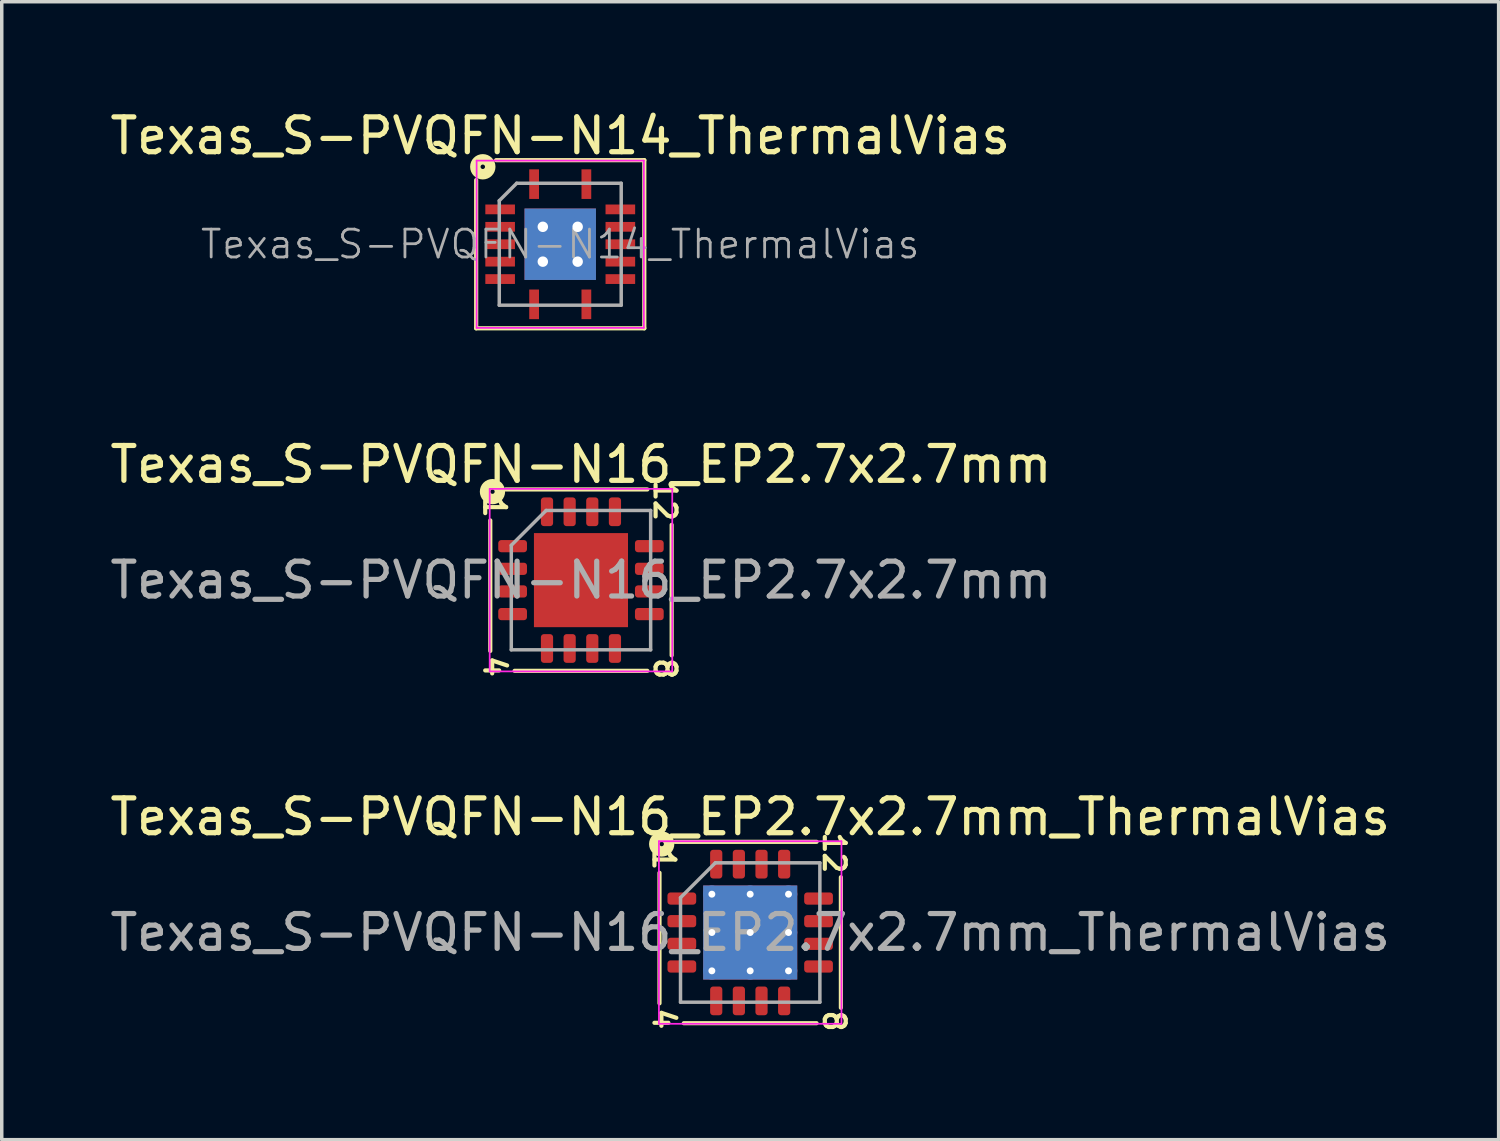
<source format=kicad_pcb>
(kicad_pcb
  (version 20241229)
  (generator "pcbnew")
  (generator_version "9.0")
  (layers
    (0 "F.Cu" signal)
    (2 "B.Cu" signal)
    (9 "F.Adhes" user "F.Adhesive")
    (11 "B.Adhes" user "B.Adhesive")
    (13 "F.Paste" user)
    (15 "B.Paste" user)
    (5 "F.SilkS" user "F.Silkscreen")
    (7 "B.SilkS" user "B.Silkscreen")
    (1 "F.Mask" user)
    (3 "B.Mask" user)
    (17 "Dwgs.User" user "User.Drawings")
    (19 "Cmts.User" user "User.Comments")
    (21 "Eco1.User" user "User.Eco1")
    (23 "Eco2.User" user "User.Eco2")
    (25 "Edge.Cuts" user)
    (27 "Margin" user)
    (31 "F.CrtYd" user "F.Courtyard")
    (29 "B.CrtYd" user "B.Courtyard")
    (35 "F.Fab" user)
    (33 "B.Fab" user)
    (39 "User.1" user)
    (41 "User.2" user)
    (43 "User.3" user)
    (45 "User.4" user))
  (footprint "Texas_S-PVQFN-N14_ThermalVias"
    (layer "F.Cu")
    (at 13.03 3.96)
    (property "Reference" "Texas_S-PVQFN-N14_ThermalVias" (at 0 -3.111 0) (layer "F.SilkS") (effects (font (size 1 1) (thickness 0.15))))
    (attr smd)
    (fp_line (start -2.413 -1.841) (end -2.413 2.413) (stroke (width 0.12) (type solid)) (layer "F.SilkS"))
    (fp_line (start -2.413 2.413) (end 2.413 2.413) (stroke (width 0.12) (type solid)) (layer "F.SilkS"))
    (fp_line (start 2.413 -2.413) (end -1.841 -2.413) (stroke (width 0.12) (type solid)) (layer "F.SilkS"))
    (fp_line (start 2.413 2.413) (end 2.413 -2.413) (stroke (width 0.12) (type solid)) (layer "F.SilkS"))
    (fp_circle (center -2.223 -2.223) (end -2.159 -2.223) (stroke (width 0.3) (type solid)) (fill no) (layer "F.SilkS"))
    (fp_line (start -2.4 -2.4) (end 2.4 -2.4) (stroke (width 0.05) (type solid)) (layer "F.CrtYd"))
    (fp_line (start -2.4 2.4) (end -2.4 -2.4) (stroke (width 0.05) (type solid)) (layer "F.CrtYd"))
    (fp_line (start 2.4 -2.4) (end 2.4 2.4) (stroke (width 0.05) (type solid)) (layer "F.CrtYd"))
    (fp_line (start 2.4 2.4) (end -2.4 2.4) (stroke (width 0.05) (type solid)) (layer "F.CrtYd"))
    (fp_line (start -1.75 1.75) (end -1.75 -1.25) (stroke (width 0.1) (type solid)) (layer "F.Fab"))
    (fp_line (start -1.25 -1.75) (end -1.75 -1.25) (stroke (width 0.1) (type solid)) (layer "F.Fab"))
    (fp_line (start -1.25 -1.75) (end 1.75 -1.75) (stroke (width 0.1) (type solid)) (layer "F.Fab"))
    (fp_line (start 1.75 -1.75) (end 1.75 1.75) (stroke (width 0.1) (type solid)) (layer "F.Fab"))
    (fp_line (start 1.75 1.75) (end -1.75 1.75) (stroke (width 0.1) (type solid)) (layer "F.Fab"))
    (fp_text user "${REFERENCE}" (at 0 0 0) (layer "F.Fab") (effects (font (size 0.8 0.8) (thickness 0.08))))
    (pad "" smd rect (at -0.56 -0.56 270) (size 0.82 0.82) (layers "F.Paste"))
    (pad "" smd rect (at -0.56 0.56 270) (size 0.82 0.82) (layers "F.Paste"))
    (pad "" smd rect (at 0.56 -0.56 270) (size 0.82 0.82) (layers "F.Paste"))
    (pad "" smd rect (at 0.56 0.56 270) (size 0.82 0.82) (layers "F.Paste"))
    (pad "1" smd rect (at -0.75 -1.725 270) (size 0.85 0.28) (layers "F.Cu" "F.Mask" "F.Paste"))
    (pad "2" smd rect (at -1.725 -1 270) (size 0.28 0.85) (layers "F.Cu" "F.Mask" "F.Paste"))
    (pad "3" smd rect (at -1.725 -0.5 270) (size 0.28 0.85) (layers "F.Cu" "F.Mask" "F.Paste"))
    (pad "4" smd rect (at -1.725 0 270) (size 0.28 0.85) (layers "F.Cu" "F.Mask" "F.Paste"))
    (pad "5" smd rect (at -1.725 0.5 270) (size 0.28 0.85) (layers "F.Cu" "F.Mask" "F.Paste"))
    (pad "6" smd rect (at -1.725 1 270) (size 0.28 0.85) (layers "F.Cu" "F.Mask" "F.Paste"))
    (pad "7" smd rect (at -0.75 1.725 270) (size 0.85 0.28) (layers "F.Cu" "F.Mask" "F.Paste"))
    (pad "8" smd rect (at 0.75 1.725 270) (size 0.85 0.28) (layers "F.Cu" "F.Mask" "F.Paste"))
    (pad "9" smd rect (at 1.725 1 270) (size 0.28 0.85) (layers "F.Cu" "F.Mask" "F.Paste"))
    (pad "10" smd rect (at 1.725 0.5 270) (size 0.28 0.85) (layers "F.Cu" "F.Mask" "F.Paste"))
    (pad "11" smd rect (at 1.725 0 270) (size 0.28 0.85) (layers "F.Cu" "F.Mask" "F.Paste"))
    (pad "12" smd rect (at 1.725 -0.5 270) (size 0.28 0.85) (layers "F.Cu" "F.Mask" "F.Paste"))
    (pad "13" smd rect (at 1.725 -1 270) (size 0.28 0.85) (layers "F.Cu" "F.Mask" "F.Paste"))
    (pad "14" smd rect (at 0.75 -1.725 270) (size 0.85 0.28) (layers "F.Cu" "F.Mask" "F.Paste"))
    (pad "15" thru_hole circle (at -0.5 -0.5 270) (size 0.6 0.6) (drill 0.3) (layers "*.Cu"))
    (pad "15" thru_hole circle (at -0.5 0.5 270) (size 0.6 0.6) (drill 0.3) (layers "*.Cu"))
    (pad "15" smd rect (at 0 0 270) (size 2.05 2.05) (layers "F.Cu" "F.Mask"))
    (pad "15" smd rect (at 0 0 270) (size 2.05 2.05) (layers "B.Cu" "B.Mask"))
    (pad "15" thru_hole circle (at 0.5 -0.5 270) (size 0.6 0.6) (drill 0.3) (layers "*.Cu"))
    (pad "15" thru_hole circle (at 0.5 0.5 270) (size 0.6 0.6) (drill 0.3) (layers "*.Cu")))
  (footprint "Texas_S-PVQFN-N16_EP2.7x2.7mm_ThermalVias"
    (layer "F.Cu")
    (at 18.482 23.715)
    (property "Reference" "Texas_S-PVQFN-N16_EP2.7x2.7mm_ThermalVias" (at 0 -3.32 0) (layer "F.SilkS") (effects (font (size 1 1) (thickness 0.15))))
    (attr smd)
    (fp_line (start -2.603 -1.714) (end -2.603 2.032) (stroke (width 0.12) (type solid)) (layer "F.SilkS"))
    (fp_line (start -1.905 2.603) (end 1.905 2.603) (stroke (width 0.12) (type solid)) (layer "F.SilkS"))
    (fp_line (start 1.905 -2.603) (end -2.159 -2.603) (stroke (width 0.12) (type solid)) (layer "F.SilkS"))
    (fp_line (start 2.603 2.159) (end 2.603 -1.587) (stroke (width 0.12) (type solid)) (layer "F.SilkS"))
    (fp_circle (center -2.54 -2.54) (end -2.477 -2.54) (stroke (width 0.3) (type solid)) (fill no) (layer "F.SilkS"))
    (fp_line (start -2.62 -2.62) (end -2.62 2.62) (stroke (width 0.05) (type solid)) (layer "F.CrtYd"))
    (fp_line (start -2.62 2.62) (end 2.62 2.62) (stroke (width 0.05) (type solid)) (layer "F.CrtYd"))
    (fp_line (start 2.62 -2.62) (end -2.62 -2.62) (stroke (width 0.05) (type solid)) (layer "F.CrtYd"))
    (fp_line (start 2.62 2.62) (end 2.62 -2.62) (stroke (width 0.05) (type solid)) (layer "F.CrtYd"))
    (fp_line (start -2 -1) (end -1 -2) (stroke (width 0.1) (type solid)) (layer "F.Fab"))
    (fp_line (start -2 2) (end -2 -1) (stroke (width 0.1) (type solid)) (layer "F.Fab"))
    (fp_line (start -1 -2) (end 2 -2) (stroke (width 0.1) (type solid)) (layer "F.Fab"))
    (fp_line (start 2 -2) (end 2 2) (stroke (width 0.1) (type solid)) (layer "F.Fab"))
    (fp_line (start 2 2) (end -2 2) (stroke (width 0.1) (type solid)) (layer "F.Fab"))
    (fp_text user "12" (at 2.413 -2.286 270) (unlocked yes) (layer "F.SilkS") (effects (font (size 0.6 0.6) (thickness 0.12))))
    (fp_text user "1" (at -2.477 -2.095 270) (unlocked yes) (layer "F.SilkS") (effects (font (size 0.6 0.6) (thickness 0.12))))
    (fp_text user "4" (at -2.477 2.477 270) (unlocked yes) (layer "F.SilkS") (effects (font (size 0.6 0.6) (thickness 0.12))))
    (fp_text user "8" (at 2.413 2.54 270) (unlocked yes) (layer "F.SilkS") (effects (font (size 0.6 0.6) (thickness 0.12))))
    (fp_text user "${REFERENCE}" (at 0 0 0) (layer "F.Fab") (effects (font (size 1 1) (thickness 0.15))))
    (pad "" smd roundrect (at -0.55 -0.55) (size 0.955 0.955) (layers "F.Paste") (roundrect_rratio 0.25))
    (pad "" smd roundrect (at -0.55 0.55) (size 0.955 0.955) (layers "F.Paste") (roundrect_rratio 0.25))
    (pad "" smd roundrect (at 0.55 -0.55) (size 0.955 0.955) (layers "F.Paste") (roundrect_rratio 0.25))
    (pad "" smd roundrect (at 0.55 0.55) (size 0.955 0.955) (layers "F.Paste") (roundrect_rratio 0.25))
    (pad "1" smd roundrect (at -1.962 -0.975) (size 0.825 0.35) (layers "F.Cu" "F.Mask" "F.Paste") (roundrect_rratio 0.25))
    (pad "2" smd roundrect (at -1.962 -0.325) (size 0.825 0.35) (layers "F.Cu" "F.Mask" "F.Paste") (roundrect_rratio 0.25))
    (pad "3" smd roundrect (at -1.962 0.325) (size 0.825 0.35) (layers "F.Cu" "F.Mask" "F.Paste") (roundrect_rratio 0.25))
    (pad "4" smd roundrect (at -1.962 0.975) (size 0.825 0.35) (layers "F.Cu" "F.Mask" "F.Paste") (roundrect_rratio 0.25))
    (pad "5" smd roundrect (at -0.975 1.962) (size 0.35 0.825) (layers "F.Cu" "F.Mask" "F.Paste") (roundrect_rratio 0.25))
    (pad "6" smd roundrect (at -0.325 1.962) (size 0.35 0.825) (layers "F.Cu" "F.Mask" "F.Paste") (roundrect_rratio 0.25))
    (pad "7" smd roundrect (at 0.325 1.962) (size 0.35 0.825) (layers "F.Cu" "F.Mask" "F.Paste") (roundrect_rratio 0.25))
    (pad "8" smd roundrect (at 0.975 1.962) (size 0.35 0.825) (layers "F.Cu" "F.Mask" "F.Paste") (roundrect_rratio 0.25))
    (pad "9" smd roundrect (at 1.962 0.975) (size 0.825 0.35) (layers "F.Cu" "F.Mask" "F.Paste") (roundrect_rratio 0.25))
    (pad "10" smd roundrect (at 1.962 0.325) (size 0.825 0.35) (layers "F.Cu" "F.Mask" "F.Paste") (roundrect_rratio 0.25))
    (pad "11" smd roundrect (at 1.962 -0.325) (size 0.825 0.35) (layers "F.Cu" "F.Mask" "F.Paste") (roundrect_rratio 0.25))
    (pad "12" smd roundrect (at 1.962 -0.975) (size 0.825 0.35) (layers "F.Cu" "F.Mask" "F.Paste") (roundrect_rratio 0.25))
    (pad "13" smd roundrect (at 0.975 -1.962) (size 0.35 0.825) (layers "F.Cu" "F.Mask" "F.Paste") (roundrect_rratio 0.25))
    (pad "14" smd roundrect (at 0.325 -1.962) (size 0.35 0.825) (layers "F.Cu" "F.Mask" "F.Paste") (roundrect_rratio 0.25))
    (pad "15" smd roundrect (at -0.325 -1.962) (size 0.35 0.825) (layers "F.Cu" "F.Mask" "F.Paste") (roundrect_rratio 0.25))
    (pad "16" smd roundrect (at -0.975 -1.962) (size 0.35 0.825) (layers "F.Cu" "F.Mask" "F.Paste") (roundrect_rratio 0.25))
    (pad "17" thru_hole circle (at -1.1 -1.1) (size 0.5 0.5) (drill 0.2) (layers "*.Cu"))
    (pad "17" thru_hole circle (at -1.1 0) (size 0.5 0.5) (drill 0.2) (layers "*.Cu"))
    (pad "17" thru_hole circle (at -1.1 1.1) (size 0.5 0.5) (drill 0.2) (layers "*.Cu"))
    (pad "17" thru_hole circle (at 0 -1.1) (size 0.5 0.5) (drill 0.2) (layers "*.Cu"))
    (pad "17" thru_hole circle (at 0 0) (size 0.5 0.5) (drill 0.2) (layers "*.Cu"))
    (pad "17" smd rect (at 0 0) (size 2.7 2.7) (layers "F.Cu" "F.Mask"))
    (pad "17" smd rect (at 0 0) (size 2.7 2.7) (layers "B.Cu" "B.Mask"))
    (pad "17" thru_hole circle (at 0 1.1) (size 0.5 0.5) (drill 0.2) (layers "*.Cu"))
    (pad "17" thru_hole circle (at 1.1 -1.1) (size 0.5 0.5) (drill 0.2) (layers "*.Cu"))
    (pad "17" thru_hole circle (at 1.1 0) (size 0.5 0.5) (drill 0.2) (layers "*.Cu"))
    (pad "17" thru_hole circle (at 1.1 1.1) (size 0.5 0.5) (drill 0.2) (layers "*.Cu")))
  (footprint "Texas_S-PVQFN-N16_EP2.7x2.7mm"
    (layer "F.Cu")
    (at 13.625 13.601)
    (property "Reference" "Texas_S-PVQFN-N16_EP2.7x2.7mm" (at 0 -3.32 0) (layer "F.SilkS") (effects (font (size 1 1) (thickness 0.15))))
    (attr smd)
    (fp_line (start -2.603 -1.714) (end -2.603 2.032) (stroke (width 0.12) (type solid)) (layer "F.SilkS"))
    (fp_line (start -1.905 2.603) (end 1.905 2.603) (stroke (width 0.12) (type solid)) (layer "F.SilkS"))
    (fp_line (start 1.905 -2.603) (end -2.159 -2.603) (stroke (width 0.12) (type solid)) (layer "F.SilkS"))
    (fp_line (start 2.603 2.159) (end 2.603 -1.587) (stroke (width 0.12) (type solid)) (layer "F.SilkS"))
    (fp_circle (center -2.54 -2.54) (end -2.477 -2.54) (stroke (width 0.3) (type solid)) (fill no) (layer "F.SilkS"))
    (fp_line (start -2.62 -2.62) (end -2.62 2.62) (stroke (width 0.05) (type solid)) (layer "F.CrtYd"))
    (fp_line (start -2.62 2.62) (end 2.62 2.62) (stroke (width 0.05) (type solid)) (layer "F.CrtYd"))
    (fp_line (start 2.62 -2.62) (end -2.62 -2.62) (stroke (width 0.05) (type solid)) (layer "F.CrtYd"))
    (fp_line (start 2.62 2.62) (end 2.62 -2.62) (stroke (width 0.05) (type solid)) (layer "F.CrtYd"))
    (fp_line (start -2 -1) (end -1 -2) (stroke (width 0.1) (type solid)) (layer "F.Fab"))
    (fp_line (start -2 2) (end -2 -1) (stroke (width 0.1) (type solid)) (layer "F.Fab"))
    (fp_line (start -1 -2) (end 2 -2) (stroke (width 0.1) (type solid)) (layer "F.Fab"))
    (fp_line (start 2 -2) (end 2 2) (stroke (width 0.1) (type solid)) (layer "F.Fab"))
    (fp_line (start 2 2) (end -2 2) (stroke (width 0.1) (type solid)) (layer "F.Fab"))
    (fp_text user "8" (at 2.413 2.54 270) (unlocked yes) (layer "F.SilkS") (effects (font (size 0.6 0.6) (thickness 0.12))))
    (fp_text user "4" (at -2.477 2.477 270) (unlocked yes) (layer "F.SilkS") (effects (font (size 0.6 0.6) (thickness 0.12))))
    (fp_text user "12" (at 2.413 -2.286 270) (unlocked yes) (layer "F.SilkS") (effects (font (size 0.6 0.6) (thickness 0.12))))
    (fp_text user "1" (at -2.477 -2.095 270) (unlocked yes) (layer "F.SilkS") (effects (font (size 0.6 0.6) (thickness 0.12))))
    (fp_text user "${REFERENCE}" (at 0 0 0) (layer "F.Fab") (effects (font (size 1 1) (thickness 0.15))))
    (pad "" smd roundrect (at -0.9 -0.9) (size 0.73 0.73) (layers "F.Paste") (roundrect_rratio 0.25))
    (pad "" smd roundrect (at -0.9 0) (size 0.73 0.73) (layers "F.Paste") (roundrect_rratio 0.25))
    (pad "" smd roundrect (at -0.9 0.9) (size 0.73 0.73) (layers "F.Paste") (roundrect_rratio 0.25))
    (pad "" smd roundrect (at 0 -0.9) (size 0.73 0.73) (layers "F.Paste") (roundrect_rratio 0.25))
    (pad "" smd roundrect (at 0 0) (size 0.73 0.73) (layers "F.Paste") (roundrect_rratio 0.25))
    (pad "" smd roundrect (at 0 0.9) (size 0.73 0.73) (layers "F.Paste") (roundrect_rratio 0.25))
    (pad "" smd roundrect (at 0.9 -0.9) (size 0.73 0.73) (layers "F.Paste") (roundrect_rratio 0.25))
    (pad "" smd roundrect (at 0.9 0) (size 0.73 0.73) (layers "F.Paste") (roundrect_rratio 0.25))
    (pad "" smd roundrect (at 0.9 0.9) (size 0.73 0.73) (layers "F.Paste") (roundrect_rratio 0.25))
    (pad "1" smd roundrect (at -1.962 -0.975) (size 0.825 0.35) (layers "F.Cu" "F.Mask" "F.Paste") (roundrect_rratio 0.25))
    (pad "2" smd roundrect (at -1.962 -0.325) (size 0.825 0.35) (layers "F.Cu" "F.Mask" "F.Paste") (roundrect_rratio 0.25))
    (pad "3" smd roundrect (at -1.962 0.325) (size 0.825 0.35) (layers "F.Cu" "F.Mask" "F.Paste") (roundrect_rratio 0.25))
    (pad "4" smd roundrect (at -1.962 0.975) (size 0.825 0.35) (layers "F.Cu" "F.Mask" "F.Paste") (roundrect_rratio 0.25))
    (pad "5" smd roundrect (at -0.975 1.962) (size 0.35 0.825) (layers "F.Cu" "F.Mask" "F.Paste") (roundrect_rratio 0.25))
    (pad "6" smd roundrect (at -0.325 1.962) (size 0.35 0.825) (layers "F.Cu" "F.Mask" "F.Paste") (roundrect_rratio 0.25))
    (pad "7" smd roundrect (at 0.325 1.962) (size 0.35 0.825) (layers "F.Cu" "F.Mask" "F.Paste") (roundrect_rratio 0.25))
    (pad "8" smd roundrect (at 0.975 1.962) (size 0.35 0.825) (layers "F.Cu" "F.Mask" "F.Paste") (roundrect_rratio 0.25))
    (pad "9" smd roundrect (at 1.962 0.975) (size 0.825 0.35) (layers "F.Cu" "F.Mask" "F.Paste") (roundrect_rratio 0.25))
    (pad "10" smd roundrect (at 1.962 0.325) (size 0.825 0.35) (layers "F.Cu" "F.Mask" "F.Paste") (roundrect_rratio 0.25))
    (pad "11" smd roundrect (at 1.962 -0.325) (size 0.825 0.35) (layers "F.Cu" "F.Mask" "F.Paste") (roundrect_rratio 0.25))
    (pad "12" smd roundrect (at 1.962 -0.975) (size 0.825 0.35) (layers "F.Cu" "F.Mask" "F.Paste") (roundrect_rratio 0.25))
    (pad "13" smd roundrect (at 0.975 -1.962) (size 0.35 0.825) (layers "F.Cu" "F.Mask" "F.Paste") (roundrect_rratio 0.25))
    (pad "14" smd roundrect (at 0.325 -1.962) (size 0.35 0.825) (layers "F.Cu" "F.Mask" "F.Paste") (roundrect_rratio 0.25))
    (pad "15" smd roundrect (at -0.325 -1.962) (size 0.35 0.825) (layers "F.Cu" "F.Mask" "F.Paste") (roundrect_rratio 0.25))
    (pad "16" smd roundrect (at -0.975 -1.962) (size 0.35 0.825) (layers "F.Cu" "F.Mask" "F.Paste") (roundrect_rratio 0.25))
    (pad "17" smd rect (at 0 0) (size 2.7 2.7) (layers "F.Cu" "F.Mask")))
  (gr_rect
    (start -3 -3)
    (end 39.964 29.661)
    (stroke (width 0.1) (type default))
    (fill no)
    (layer "Edge.Cuts")))
</source>
